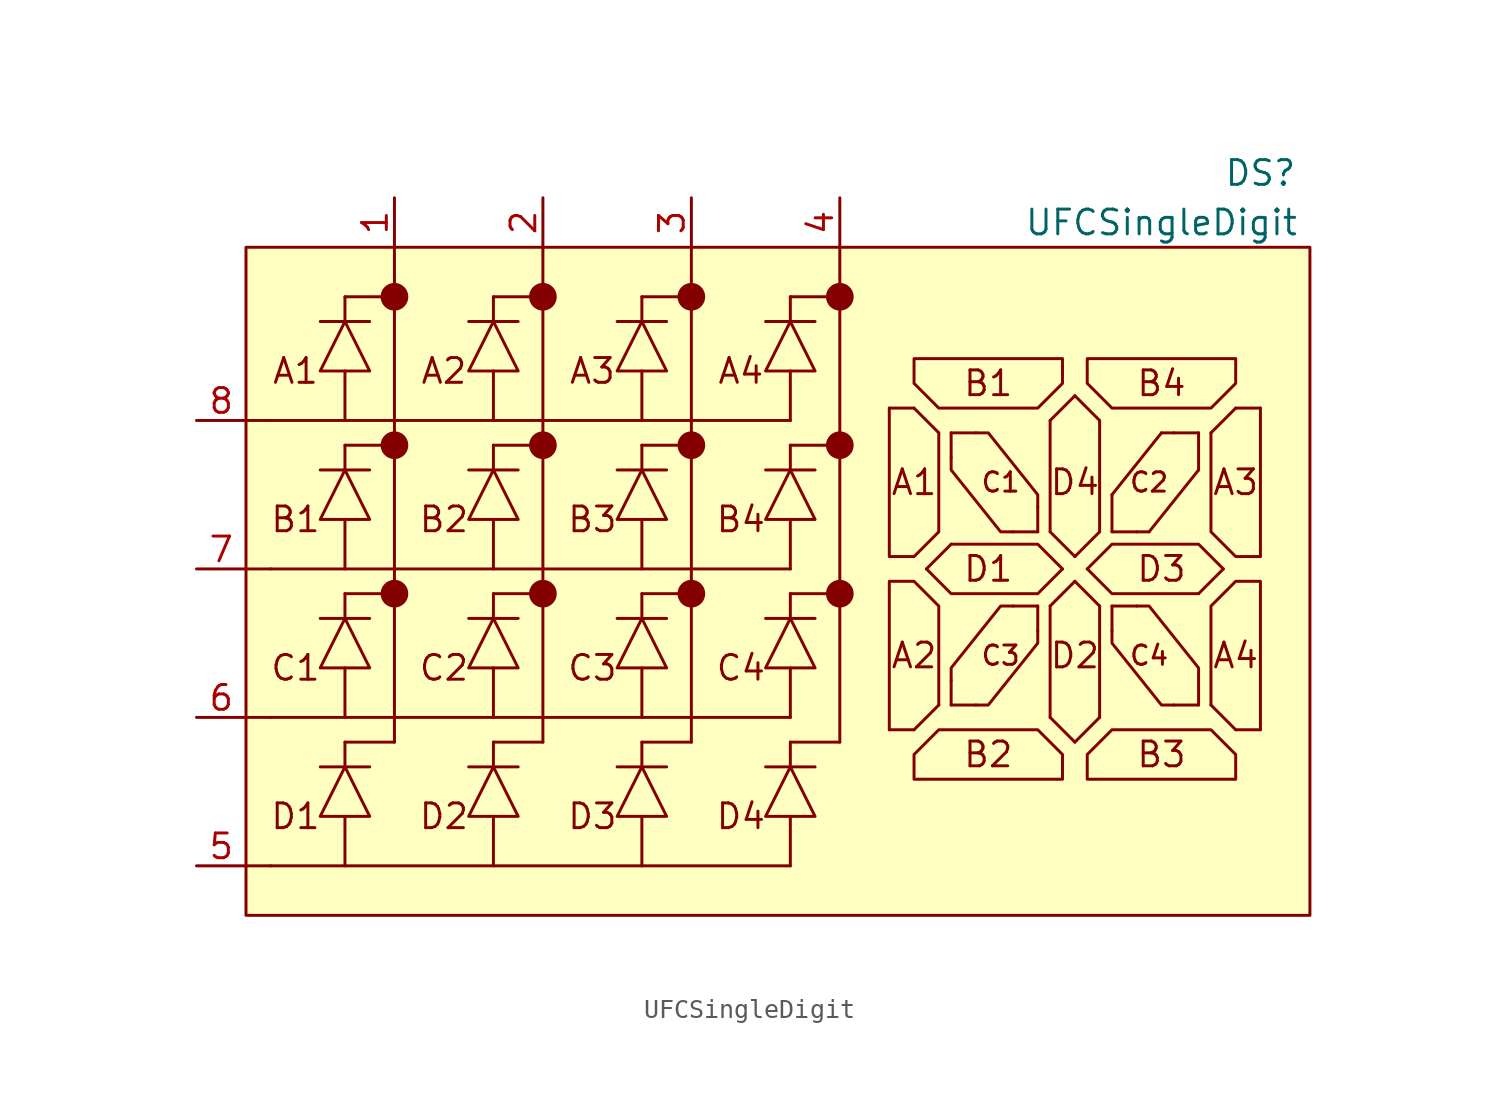
<source format=kicad_sym>
(kicad_symbol_lib
  (version 20231120)
  (generator "kicad_symbol_editor")
  (generator_version "8.0")
  (symbol "UFCSingleDigit"
    (pin_names
      (offset 1.016))
    (property "Reference" "DS"
      (at 36.83 20.32 0)
      (effects (font (size 1.27 1.27))))
    (property "Value" "UFCSingleDigit"
      (at 31.75 17.78 0)
      (effects (font (size 1.27 1.27))))
    (symbol "UFCSingleDigit_0_0"
      (rectangle (start -15.24 16.51) (end 39.37 -17.78) (stroke (width 0) (type default)) (fill (type background)))
      (circle (center -7.62 13.97) (radius 0.635) (stroke (width 0) (type default)) (fill (type outline)))
      (polyline (pts (xy -13.97 -15.24) (xy -15.24 -15.24)) (stroke (width 0) (type default)) (fill (type none)))
      (polyline (pts (xy -13.97 -15.24) (xy 12.7 -15.24)) (stroke (width 0) (type default)) (fill (type none)))
      (polyline (pts (xy -13.97 -7.62) (xy -15.24 -7.62)) (stroke (width 0) (type default)) (fill (type none)))
      (polyline (pts (xy -13.97 -7.62) (xy 12.7 -7.62)) (stroke (width 0) (type default)) (fill (type none)))
      (polyline (pts (xy -13.97 0) (xy -15.24 0)) (stroke (width 0) (type default)) (fill (type none)))
      (polyline (pts (xy -13.97 0) (xy 12.7 0)) (stroke (width 0) (type default)) (fill (type none)))
      (polyline (pts (xy -13.97 7.62) (xy -15.24 7.62)) (stroke (width 0) (type default)) (fill (type none)))
      (polyline (pts (xy -13.97 7.62) (xy 12.7 7.62)) (stroke (width 0) (type default)) (fill (type none)))
      (polyline (pts (xy -10.16 -8.89) (xy -7.62 -8.89)) (stroke (width 0) (type default)) (fill (type none)))
      (polyline (pts (xy -10.16 -1.27) (xy -7.62 -1.27)) (stroke (width 0) (type default)) (fill (type none)))
      (polyline (pts (xy -10.16 6.35) (xy -7.62 6.35)) (stroke (width 0) (type default)) (fill (type none)))
      (polyline (pts (xy -10.16 13.97) (xy -7.62 13.97)) (stroke (width 0) (type default)) (fill (type none)))
      (polyline (pts (xy -7.62 -8.89) (xy -7.62 16.51)) (stroke (width 0) (type default)) (fill (type none)))
      (polyline (pts (xy -2.54 -8.89) (xy 0 -8.89)) (stroke (width 0) (type default)) (fill (type none)))
      (polyline (pts (xy -2.54 -1.27) (xy 0 -1.27)) (stroke (width 0) (type default)) (fill (type none)))
      (polyline (pts (xy -2.54 6.35) (xy 0 6.35)) (stroke (width 0) (type default)) (fill (type none)))
      (polyline (pts (xy -2.54 13.97) (xy 0 13.97)) (stroke (width 0) (type default)) (fill (type none)))
      (polyline (pts (xy 0 16.51) (xy 0 -8.89)) (stroke (width 0) (type default)) (fill (type none)))
      (polyline (pts (xy 5.08 -8.89) (xy 7.62 -8.89)) (stroke (width 0) (type default)) (fill (type none)))
      (polyline (pts (xy 5.08 -1.27) (xy 7.62 -1.27)) (stroke (width 0) (type default)) (fill (type none)))
      (polyline (pts (xy 5.08 6.35) (xy 7.62 6.35)) (stroke (width 0) (type default)) (fill (type none)))
      (polyline (pts (xy 5.08 13.97) (xy 7.62 13.97)) (stroke (width 0) (type default)) (fill (type none)))
      (polyline (pts (xy 7.62 -8.89) (xy 7.62 16.51)) (stroke (width 0) (type default)) (fill (type none)))
      (polyline (pts (xy 12.7 -8.89) (xy 15.24 -8.89)) (stroke (width 0) (type default)) (fill (type none)))
      (polyline (pts (xy 12.7 -1.27) (xy 15.24 -1.27)) (stroke (width 0) (type default)) (fill (type none)))
      (polyline (pts (xy 12.7 6.35) (xy 15.24 6.35)) (stroke (width 0) (type default)) (fill (type none)))
      (polyline (pts (xy 12.7 13.97) (xy 15.24 13.97)) (stroke (width 0) (type default)) (fill (type none)))
      (polyline (pts (xy 15.24 16.51) (xy 15.24 -8.89)) (stroke (width 0) (type default)) (fill (type none)))
      (polyline (pts (xy 29.21 1.905) (xy 29.21 3.81)) (stroke (width 0) (type default)) (fill (type none)))
      (polyline (pts (xy 29.21 3.81) (xy 31.75 6.985)) (stroke (width 0) (type default)) (fill (type none)))
      (polyline (pts (xy 30.48 1.905) (xy 31.115 1.905)) (stroke (width 0) (type default)) (fill (type none)))
      (polyline (pts (xy 31.115 1.905) (xy 33.655 5.08)) (stroke (width 0) (type default)) (fill (type none)))
      (polyline (pts (xy 32.385 6.985) (xy 31.75 6.985)) (stroke (width 0) (type default)) (fill (type none)))
      (polyline (pts (xy 33.655 6.985) (xy 33.655 5.08)) (stroke (width 0) (type default)) (fill (type none)))
      (polyline (pts (xy 20.955 -5.715) (xy 20.955 -5.08) (xy 23.495 -1.905) (xy 24.13 -1.905)) (stroke (width 0) (type default)) (fill (type none)))
      (polyline (pts (xy 22.225 6.985) (xy 22.86 6.985) (xy 25.4 3.81) (xy 25.4 3.175)) (stroke (width 0) (type default)) (fill (type none)))
      (polyline (pts (xy 24.13 1.905) (xy 23.495 1.905) (xy 20.955 5.08) (xy 20.955 5.715)) (stroke (width 0) (type default)) (fill (type none)))
      (polyline (pts (xy 25.4 -3.175) (xy 25.4 -3.81) (xy 22.86 -6.985) (xy 22.225 -6.985)) (stroke (width 0) (type default)) (fill (type none)))
      (polyline (pts (xy 29.21 -3.175) (xy 29.21 -3.81) (xy 31.75 -6.985) (xy 32.385 -6.985)) (stroke (width 0) (type default)) (fill (type none)))
      (polyline (pts (xy 33.655 -5.715) (xy 33.655 -5.08) (xy 31.115 -1.905) (xy 30.48 -1.905)) (stroke (width 0) (type default)) (fill (type none)))
      (circle (center 0 13.97) (radius 0.635) (stroke (width 0) (type default)) (fill (type outline)))
      (circle (center 7.62 13.97) (radius 0.635) (stroke (width 0) (type default)) (fill (type outline)))
      (circle (center 15.24 13.97) (radius 0.635) (stroke (width 0) (type default)) (fill (type outline)))
      (text "A1" (at -12.7 10.16 0) (effects (font (size 1.27 1.27))))
      (text "A1" (at 19.05 4.445 0) (effects (font (size 1.27 1.27))))
      (text "A2" (at -5.08 10.16 0) (effects (font (size 1.27 1.27))))
      (text "A2" (at 19.05 -4.445 0) (effects (font (size 1.27 1.27))))
      (text "A3" (at 2.54 10.16 0) (effects (font (size 1.27 1.27))))
      (text "A3" (at 35.56 4.445 0) (effects (font (size 1.27 1.27))))
      (text "A4" (at 10.16 10.16 0) (effects (font (size 1.27 1.27))))
      (text "A4" (at 35.56 -4.445 0) (effects (font (size 1.27 1.27))))
      (text "B1" (at -12.7 2.54 0) (effects (font (size 1.27 1.27))))
      (text "B1" (at 22.86 9.525 0) (effects (font (size 1.27 1.27))))
      (text "B2" (at -5.08 2.54 0) (effects (font (size 1.27 1.27))))
      (text "B2" (at 22.86 -9.525 0) (effects (font (size 1.27 1.27))))
      (text "B3" (at 2.54 2.54 0) (effects (font (size 1.27 1.27))))
      (text "B3" (at 31.75 -9.525 0) (effects (font (size 1.27 1.27))))
      (text "B4" (at 10.16 2.54 0) (effects (font (size 1.27 1.27))))
      (text "B4" (at 31.75 9.525 0) (effects (font (size 1.27 1.27))))
      (text "C1" (at -12.7 -5.08 0) (effects (font (size 1.27 1.27))))
      (text "C1" (at 23.495 4.445 0) (effects (font (size 0.991 0.991))))
      (text "C2" (at -5.08 -5.08 0) (effects (font (size 1.27 1.27))))
      (text "C2" (at 31.115 4.445 0) (effects (font (size 0.991 0.991))))
      (text "C3" (at 2.54 -5.08 0) (effects (font (size 1.27 1.27))))
      (text "C3" (at 23.495 -4.445 0) (effects (font (size 0.991 0.991))))
      (text "C4" (at 10.16 -5.08 0) (effects (font (size 1.27 1.27))))
      (text "C4" (at 31.115 -4.445 0) (effects (font (size 0.991 0.991))))
      (text "D1" (at -12.7 -12.7 0) (effects (font (size 1.27 1.27))))
      (text "D1" (at 22.86 0 0) (effects (font (size 1.27 1.27))))
      (text "D2" (at -5.08 -12.7 0) (effects (font (size 1.27 1.27))))
      (text "D2" (at 27.305 -4.445 0) (effects (font (size 1.27 1.27))))
      (text "D3" (at 2.54 -12.7 0) (effects (font (size 1.27 1.27))))
      (text "D3" (at 31.75 0 0) (effects (font (size 1.27 1.27))))
      (text "D4" (at 10.16 -12.7 0) (effects (font (size 1.27 1.27))))
      (text "D4" (at 27.305 4.445 0) (effects (font (size 1.27 1.27))))
      (pin input line (at -7.62 19.05 270) (length 2.54) (name "~" (effects (font (size 1.27 1.27)))) (number "1" (effects (font (size 1.27 1.27)))))
      (pin input line (at 0 19.05 270) (length 2.54) (name "~" (effects (font (size 1.27 1.27)))) (number "2" (effects (font (size 1.27 1.27)))))
      (pin input line (at 7.62 19.05 270) (length 2.54) (name "~" (effects (font (size 1.27 1.27)))) (number "3" (effects (font (size 1.27 1.27)))))
      (pin input line (at 15.24 19.05 270) (length 2.54) (name "~" (effects (font (size 1.27 1.27)))) (number "4" (effects (font (size 1.27 1.27)))))
      (pin input line (at -17.78 -15.24 0) (length 2.54) (name "~" (effects (font (size 1.27 1.27)))) (number "5" (effects (font (size 1.27 1.27)))))
      (pin input line (at -17.78 -7.62 0) (length 2.54) (name "~" (effects (font (size 1.27 1.27)))) (number "6" (effects (font (size 1.27 1.27)))))
      (pin input line (at -17.78 0 0) (length 2.54) (name "~" (effects (font (size 1.27 1.27)))) (number "7" (effects (font (size 1.27 1.27)))))
      (pin input line (at -17.78 7.62 0) (length 2.54) (name "~" (effects (font (size 1.27 1.27)))) (number "8" (effects (font (size 1.27 1.27))))))
    (symbol "UFCSingleDigit_0_1"
      (polyline (pts (xy -11.43 -10.16) (xy -8.89 -10.16)) (stroke (width 0) (type default)) (fill (type none)))
      (polyline (pts (xy -11.43 -2.54) (xy -8.89 -2.54)) (stroke (width 0) (type default)) (fill (type none)))
      (polyline (pts (xy -11.43 5.08) (xy -8.89 5.08)) (stroke (width 0) (type default)) (fill (type none)))
      (polyline (pts (xy -11.43 12.7) (xy -8.89 12.7)) (stroke (width 0) (type default)) (fill (type none)))
      (polyline (pts (xy -10.16 -12.7) (xy -10.16 -15.24)) (stroke (width 0) (type default)) (fill (type none)))
      (polyline (pts (xy -10.16 -10.16) (xy -10.16 -8.89)) (stroke (width 0) (type default)) (fill (type none)))
      (polyline (pts (xy -10.16 -5.08) (xy -10.16 -7.62)) (stroke (width 0) (type default)) (fill (type none)))
      (polyline (pts (xy -10.16 -2.54) (xy -10.16 -1.27)) (stroke (width 0) (type default)) (fill (type none)))
      (polyline (pts (xy -10.16 2.54) (xy -10.16 0)) (stroke (width 0) (type default)) (fill (type none)))
      (polyline (pts (xy -10.16 5.08) (xy -10.16 6.35)) (stroke (width 0) (type default)) (fill (type none)))
      (polyline (pts (xy -10.16 10.16) (xy -10.16 7.62)) (stroke (width 0) (type default)) (fill (type none)))
      (polyline (pts (xy -10.16 12.7) (xy -10.16 13.97)) (stroke (width 0) (type default)) (fill (type none)))
      (polyline (pts (xy -3.81 -10.16) (xy -1.27 -10.16)) (stroke (width 0) (type default)) (fill (type none)))
      (polyline (pts (xy -3.81 -2.54) (xy -1.27 -2.54)) (stroke (width 0) (type default)) (fill (type none)))
      (polyline (pts (xy -3.81 5.08) (xy -1.27 5.08)) (stroke (width 0) (type default)) (fill (type none)))
      (polyline (pts (xy -3.81 12.7) (xy -1.27 12.7)) (stroke (width 0) (type default)) (fill (type none)))
      (polyline (pts (xy -2.54 -12.7) (xy -2.54 -15.24)) (stroke (width 0) (type default)) (fill (type none)))
      (polyline (pts (xy -2.54 -10.16) (xy -2.54 -8.89)) (stroke (width 0) (type default)) (fill (type none)))
      (polyline (pts (xy -2.54 -5.08) (xy -2.54 -7.62)) (stroke (width 0) (type default)) (fill (type none)))
      (polyline (pts (xy -2.54 -2.54) (xy -2.54 -1.27)) (stroke (width 0) (type default)) (fill (type none)))
      (polyline (pts (xy -2.54 2.54) (xy -2.54 0)) (stroke (width 0) (type default)) (fill (type none)))
      (polyline (pts (xy -2.54 5.08) (xy -2.54 6.35)) (stroke (width 0) (type default)) (fill (type none)))
      (polyline (pts (xy -2.54 10.16) (xy -2.54 7.62)) (stroke (width 0) (type default)) (fill (type none)))
      (polyline (pts (xy -2.54 12.7) (xy -2.54 13.97)) (stroke (width 0) (type default)) (fill (type none)))
      (polyline (pts (xy 3.81 -10.16) (xy 6.35 -10.16)) (stroke (width 0) (type default)) (fill (type none)))
      (polyline (pts (xy 3.81 -2.54) (xy 6.35 -2.54)) (stroke (width 0) (type default)) (fill (type none)))
      (polyline (pts (xy 3.81 5.08) (xy 6.35 5.08)) (stroke (width 0) (type default)) (fill (type none)))
      (polyline (pts (xy 3.81 12.7) (xy 6.35 12.7)) (stroke (width 0) (type default)) (fill (type none)))
      (polyline (pts (xy 5.08 -12.7) (xy 5.08 -15.24)) (stroke (width 0) (type default)) (fill (type none)))
      (polyline (pts (xy 5.08 -10.16) (xy 5.08 -8.89)) (stroke (width 0) (type default)) (fill (type none)))
      (polyline (pts (xy 5.08 -5.08) (xy 5.08 -7.62)) (stroke (width 0) (type default)) (fill (type none)))
      (polyline (pts (xy 5.08 -2.54) (xy 5.08 -1.27)) (stroke (width 0) (type default)) (fill (type none)))
      (polyline (pts (xy 5.08 2.54) (xy 5.08 0)) (stroke (width 0) (type default)) (fill (type none)))
      (polyline (pts (xy 5.08 5.08) (xy 5.08 6.35)) (stroke (width 0) (type default)) (fill (type none)))
      (polyline (pts (xy 5.08 10.16) (xy 5.08 7.62)) (stroke (width 0) (type default)) (fill (type none)))
      (polyline (pts (xy 5.08 12.7) (xy 5.08 13.97)) (stroke (width 0) (type default)) (fill (type none)))
      (polyline (pts (xy 11.43 -10.16) (xy 13.97 -10.16)) (stroke (width 0) (type default)) (fill (type none)))
      (polyline (pts (xy 11.43 -2.54) (xy 13.97 -2.54)) (stroke (width 0) (type default)) (fill (type none)))
      (polyline (pts (xy 11.43 5.08) (xy 13.97 5.08)) (stroke (width 0) (type default)) (fill (type none)))
      (polyline (pts (xy 11.43 12.7) (xy 13.97 12.7)) (stroke (width 0) (type default)) (fill (type none)))
      (polyline (pts (xy 12.7 -12.7) (xy 12.7 -15.24)) (stroke (width 0) (type default)) (fill (type none)))
      (polyline (pts (xy 12.7 -10.16) (xy 12.7 -8.89)) (stroke (width 0) (type default)) (fill (type none)))
      (polyline (pts (xy 12.7 -5.08) (xy 12.7 -7.62)) (stroke (width 0) (type default)) (fill (type none)))
      (polyline (pts (xy 12.7 -2.54) (xy 12.7 -1.27)) (stroke (width 0) (type default)) (fill (type none)))
      (polyline (pts (xy 12.7 2.54) (xy 12.7 0)) (stroke (width 0) (type default)) (fill (type none)))
      (polyline (pts (xy 12.7 5.08) (xy 12.7 6.35)) (stroke (width 0) (type default)) (fill (type none)))
      (polyline (pts (xy 12.7 10.16) (xy 12.7 7.62)) (stroke (width 0) (type default)) (fill (type none)))
      (polyline (pts (xy 12.7 12.7) (xy 12.7 13.97)) (stroke (width 0) (type default)) (fill (type none)))
      (polyline (pts (xy 17.78 -8.255) (xy 19.05 -8.255)) (stroke (width 0) (type default)) (fill (type none)))
      (polyline (pts (xy 19.05 8.255) (xy 17.78 8.255)) (stroke (width 0) (type default)) (fill (type none)))
      (polyline (pts (xy 19.05 8.255) (xy 20.32 6.985)) (stroke (width 0) (type default)) (fill (type none)))
      (polyline (pts (xy 20.32 -6.985) (xy 19.05 -8.255)) (stroke (width 0) (type default)) (fill (type none)))
      (polyline (pts (xy 20.955 -6.985) (xy 20.955 -5.715)) (stroke (width 0) (type default)) (fill (type none)))
      (polyline (pts (xy 20.955 -6.985) (xy 22.225 -6.985)) (stroke (width 0) (type default)) (fill (type none)))
      (polyline (pts (xy 20.955 1.27) (xy 19.685 0)) (stroke (width 0) (type default)) (fill (type none)))
      (polyline (pts (xy 20.955 6.985) (xy 20.955 5.715)) (stroke (width 0) (type default)) (fill (type none)))
      (polyline (pts (xy 20.955 6.985) (xy 22.225 6.985)) (stroke (width 0) (type default)) (fill (type none)))
      (polyline (pts (xy 25.4 -1.905) (xy 24.13 -1.905)) (stroke (width 0) (type default)) (fill (type none)))
      (polyline (pts (xy 25.4 -1.905) (xy 25.4 -3.175)) (stroke (width 0) (type default)) (fill (type none)))
      (polyline (pts (xy 25.4 1.905) (xy 24.13 1.905)) (stroke (width 0) (type default)) (fill (type none)))
      (polyline (pts (xy 25.4 1.905) (xy 25.4 3.175)) (stroke (width 0) (type default)) (fill (type none)))
      (polyline (pts (xy 26.035 -7.62) (xy 26.035 -1.905)) (stroke (width 0) (type default)) (fill (type none)))
      (polyline (pts (xy 26.035 -1.905) (xy 27.305 -0.635)) (stroke (width 0) (type default)) (fill (type none)))
      (polyline (pts (xy 26.035 7.62) (xy 26.035 1.905)) (stroke (width 0) (type default)) (fill (type none)))
      (polyline (pts (xy 27.305 -8.89) (xy 26.035 -7.62)) (stroke (width 0) (type default)) (fill (type none)))
      (polyline (pts (xy 27.305 -8.89) (xy 28.575 -7.62)) (stroke (width 0) (type default)) (fill (type none)))
      (polyline (pts (xy 27.305 -0.635) (xy 28.575 -1.905)) (stroke (width 0) (type default)) (fill (type none)))
      (polyline (pts (xy 27.305 0.635) (xy 26.035 1.905)) (stroke (width 0) (type default)) (fill (type none)))
      (polyline (pts (xy 27.305 8.89) (xy 26.035 7.62)) (stroke (width 0) (type default)) (fill (type none)))
      (polyline (pts (xy 27.305 8.89) (xy 28.575 7.62)) (stroke (width 0) (type default)) (fill (type none)))
      (polyline (pts (xy 28.575 -7.62) (xy 28.575 -1.905)) (stroke (width 0) (type default)) (fill (type none)))
      (polyline (pts (xy 28.575 1.905) (xy 27.305 0.635)) (stroke (width 0) (type default)) (fill (type none)))
      (polyline (pts (xy 28.575 7.62) (xy 28.575 1.905)) (stroke (width 0) (type default)) (fill (type none)))
      (polyline (pts (xy 29.21 -1.905) (xy 29.21 -3.175)) (stroke (width 0) (type default)) (fill (type none)))
      (polyline (pts (xy 29.21 -1.905) (xy 30.48 -1.905)) (stroke (width 0) (type default)) (fill (type none)))
      (polyline (pts (xy 29.21 1.905) (xy 30.48 1.905)) (stroke (width 0) (type default)) (fill (type none)))
      (polyline (pts (xy 33.655 -6.985) (xy 32.385 -6.985)) (stroke (width 0) (type default)) (fill (type none)))
      (polyline (pts (xy 33.655 -6.985) (xy 33.655 -5.715)) (stroke (width 0) (type default)) (fill (type none)))
      (polyline (pts (xy 33.655 -1.27) (xy 34.925 0)) (stroke (width 0) (type default)) (fill (type none)))
      (polyline (pts (xy 33.655 6.985) (xy 32.385 6.985)) (stroke (width 0) (type default)) (fill (type none)))
      (polyline (pts (xy 34.29 6.985) (xy 35.56 8.255)) (stroke (width 0) (type default)) (fill (type none)))
      (polyline (pts (xy 35.56 -8.255) (xy 34.29 -6.985)) (stroke (width 0) (type default)) (fill (type none)))
      (polyline (pts (xy 35.56 -8.255) (xy 36.83 -8.255)) (stroke (width 0) (type default)) (fill (type none)))
      (polyline (pts (xy 36.83 8.255) (xy 35.56 8.255)) (stroke (width 0) (type default)) (fill (type none)))
      (polyline (pts (xy 20.955 1.27) (xy 25.4 1.27) (xy 26.67 0)) (stroke (width 0) (type default)) (fill (type none)))
      (polyline (pts (xy 33.655 -1.27) (xy 29.21 -1.27) (xy 27.94 0)) (stroke (width 0) (type default)) (fill (type none)))
      (polyline (pts (xy -10.16 -10.16) (xy -11.43 -12.7) (xy -8.89 -12.7) (xy -10.16 -10.16)) (stroke (width 0) (type default)) (fill (type none)))
      (polyline (pts (xy -10.16 -2.54) (xy -11.43 -5.08) (xy -8.89 -5.08) (xy -10.16 -2.54)) (stroke (width 0) (type default)) (fill (type none)))
      (polyline (pts (xy -10.16 5.08) (xy -11.43 2.54) (xy -8.89 2.54) (xy -10.16 5.08)) (stroke (width 0) (type default)) (fill (type none)))
      (polyline (pts (xy -10.16 12.7) (xy -11.43 10.16) (xy -8.89 10.16) (xy -10.16 12.7)) (stroke (width 0) (type default)) (fill (type none)))
      (polyline (pts (xy -2.54 -10.16) (xy -3.81 -12.7) (xy -1.27 -12.7) (xy -2.54 -10.16)) (stroke (width 0) (type default)) (fill (type none)))
      (polyline (pts (xy -2.54 -2.54) (xy -3.81 -5.08) (xy -1.27 -5.08) (xy -2.54 -2.54)) (stroke (width 0) (type default)) (fill (type none)))
      (polyline (pts (xy -2.54 5.08) (xy -3.81 2.54) (xy -1.27 2.54) (xy -2.54 5.08)) (stroke (width 0) (type default)) (fill (type none)))
      (polyline (pts (xy -2.54 12.7) (xy -3.81 10.16) (xy -1.27 10.16) (xy -2.54 12.7)) (stroke (width 0) (type default)) (fill (type none)))
      (polyline (pts (xy 5.08 -10.16) (xy 3.81 -12.7) (xy 6.35 -12.7) (xy 5.08 -10.16)) (stroke (width 0) (type default)) (fill (type none)))
      (polyline (pts (xy 5.08 -2.54) (xy 3.81 -5.08) (xy 6.35 -5.08) (xy 5.08 -2.54)) (stroke (width 0) (type default)) (fill (type none)))
      (polyline (pts (xy 5.08 5.08) (xy 3.81 2.54) (xy 6.35 2.54) (xy 5.08 5.08)) (stroke (width 0) (type default)) (fill (type none)))
      (polyline (pts (xy 5.08 12.7) (xy 3.81 10.16) (xy 6.35 10.16) (xy 5.08 12.7)) (stroke (width 0) (type default)) (fill (type none)))
      (polyline (pts (xy 12.7 -10.16) (xy 11.43 -12.7) (xy 13.97 -12.7) (xy 12.7 -10.16)) (stroke (width 0) (type default)) (fill (type none)))
      (polyline (pts (xy 12.7 -2.54) (xy 11.43 -5.08) (xy 13.97 -5.08) (xy 12.7 -2.54)) (stroke (width 0) (type default)) (fill (type none)))
      (polyline (pts (xy 12.7 5.08) (xy 11.43 2.54) (xy 13.97 2.54) (xy 12.7 5.08)) (stroke (width 0) (type default)) (fill (type none)))
      (polyline (pts (xy 12.7 12.7) (xy 11.43 10.16) (xy 13.97 10.16) (xy 12.7 12.7)) (stroke (width 0) (type default)) (fill (type none)))
      (polyline (pts (xy 26.67 0) (xy 25.4 -1.27) (xy 20.955 -1.27) (xy 19.685 0)) (stroke (width 0) (type default)) (fill (type none)))
      (polyline (pts (xy 27.94 0) (xy 29.21 1.27) (xy 33.655 1.27) (xy 34.925 0)) (stroke (width 0) (type default)) (fill (type none)))
      (polyline (pts (xy 20.32 -6.985) (xy 20.32 -1.905) (xy 19.05 -0.635) (xy 17.78 -0.635) (xy 17.78 -8.255)) (stroke (width 0) (type default)) (fill (type none)))
      (polyline (pts (xy 20.32 6.985) (xy 20.32 1.905) (xy 19.05 0.635) (xy 17.78 0.635) (xy 17.78 8.255)) (stroke (width 0) (type default)) (fill (type none)))
      (polyline (pts (xy 34.29 -6.985) (xy 34.29 -1.905) (xy 35.56 -0.635) (xy 36.83 -0.635) (xy 36.83 -8.255)) (stroke (width 0) (type default)) (fill (type none)))
      (polyline (pts (xy 34.29 6.985) (xy 34.29 1.905) (xy 35.56 0.635) (xy 36.83 0.635) (xy 36.83 8.255)) (stroke (width 0) (type default)) (fill (type none)))
      (polyline (pts (xy 26.67 -10.795) (xy 26.67 -9.525) (xy 25.4 -8.255) (xy 20.32 -8.255) (xy 19.05 -9.525) (xy 19.05 -10.795) (xy 26.67 -10.795)) (stroke (width 0) (type default)) (fill (type none)))
      (polyline (pts (xy 27.94 10.795) (xy 27.94 9.525) (xy 29.21 8.255) (xy 34.29 8.255) (xy 35.56 9.525) (xy 35.56 10.795) (xy 27.94 10.795)) (stroke (width 0) (type default)) (fill (type none)))
      (polyline (pts (xy 26.67 9.525) (xy 26.67 10.795) (xy 26.67 9.525) (xy 25.4 8.255) (xy 20.32 8.255) (xy 19.05 9.525) (xy 19.05 10.795) (xy 26.67 10.795)) (stroke (width 0) (type default)) (fill (type none)))
      (polyline (pts (xy 27.94 -9.525) (xy 27.94 -10.795) (xy 27.94 -9.525) (xy 29.21 -8.255) (xy 34.29 -8.255) (xy 35.56 -9.525) (xy 35.56 -10.795) (xy 27.94 -10.795)) (stroke (width 0) (type default)) (fill (type none))))
    (symbol "UFCSingleDigit_1_1"
      (circle (center -7.62 -1.27) (radius 0.635) (stroke (width 0) (type default)) (fill (type outline)))
      (circle (center -7.62 6.35) (radius 0.635) (stroke (width 0) (type default)) (fill (type outline)))
      (circle (center 0 -1.27) (radius 0.635) (stroke (width 0) (type default)) (fill (type outline)))
      (circle (center 0 6.35) (radius 0.635) (stroke (width 0) (type default)) (fill (type outline)))
      (circle (center 7.62 -1.27) (radius 0.635) (stroke (width 0) (type default)) (fill (type outline)))
      (circle (center 7.62 6.35) (radius 0.635) (stroke (width 0) (type default)) (fill (type outline)))
      (circle (center 15.24 -1.27) (radius 0.635) (stroke (width 0) (type default)) (fill (type outline)))
      (circle (center 15.24 6.35) (radius 0.635) (stroke (width 0) (type default)) (fill (type outline))))))
</source>
